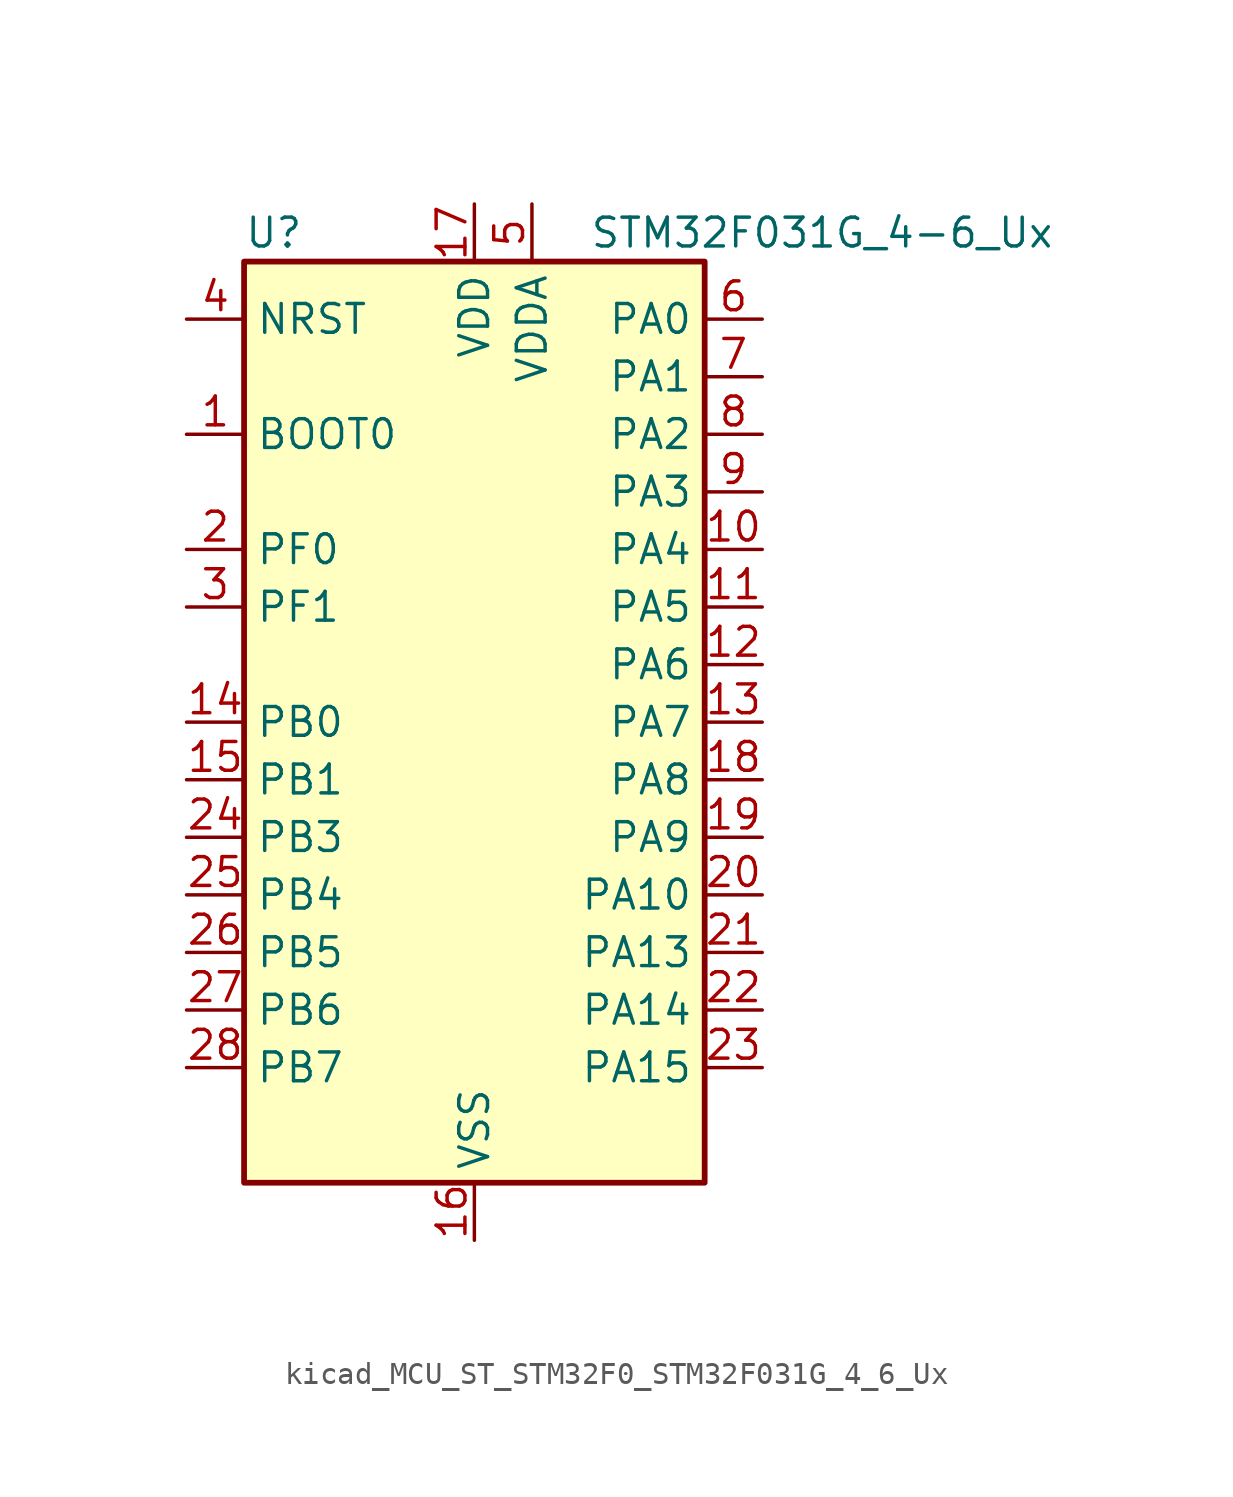
<source format=kicad_sym>
(kicad_symbol_lib
  (version 20220914)
  (generator kicad_symbol_editor)
  (symbol "kicad_MCU_ST_STM32F0_STM32F031G_4_6_Ux"
    (property "Reference" "U"
      (at -10.16 21.59 0)
      (effects (font (size 1.27 1.27)) (justify left)))
    (property "Value" "STM32F031G_4-6_Ux"
      (at 5.08 21.59 0)
      (effects (font (size 1.27 1.27)) (justify left)))
    (property "ki_locked" ""
      (at 0 0 0)
      (effects (font (size 1.27 1.27))))
    (symbol "kicad_MCU_ST_STM32F0_STM32F031G_4_6_Ux_0_1"
      (rectangle (start -10.16 -20.32) (end 10.16 20.32) (stroke (width 0.254) (type default)) (fill (type background))))
    (symbol "kicad_MCU_ST_STM32F0_STM32F031G_4_6_Ux_1_1"
      (pin input line (at -12.7 12.7 0) (length 2.54) (name "BOOT0" (effects (font (size 1.27 1.27)))) (number "1" (effects (font (size 1.27 1.27)))))
      (pin bidirectional line (at 12.7 7.62 180) (length 2.54) (name "PA4" (effects (font (size 1.27 1.27)))) (number "10" (effects (font (size 1.27 1.27)))) (alternate "ADC_IN4" bidirectional line) (alternate "I2S1_WS" bidirectional line) (alternate "SPI1_NSS" bidirectional line) (alternate "TIM14_CH1" bidirectional line) (alternate "USART1_CK" bidirectional line))
      (pin bidirectional line (at 12.7 5.08 180) (length 2.54) (name "PA5" (effects (font (size 1.27 1.27)))) (number "11" (effects (font (size 1.27 1.27)))) (alternate "ADC_IN5" bidirectional line) (alternate "I2S1_CK" bidirectional line) (alternate "SPI1_SCK" bidirectional line) (alternate "TIM2_CH1" bidirectional line) (alternate "TIM2_ETR" bidirectional line))
      (pin bidirectional line (at 12.7 2.54 180) (length 2.54) (name "PA6" (effects (font (size 1.27 1.27)))) (number "12" (effects (font (size 1.27 1.27)))) (alternate "ADC_IN6" bidirectional line) (alternate "I2S1_MCK" bidirectional line) (alternate "SPI1_MISO" bidirectional line) (alternate "TIM16_CH1" bidirectional line) (alternate "TIM1_BKIN" bidirectional line) (alternate "TIM3_CH1" bidirectional line))
      (pin bidirectional line (at 12.7 0 180) (length 2.54) (name "PA7" (effects (font (size 1.27 1.27)))) (number "13" (effects (font (size 1.27 1.27)))) (alternate "ADC_IN7" bidirectional line) (alternate "I2S1_SD" bidirectional line) (alternate "SPI1_MOSI" bidirectional line) (alternate "TIM14_CH1" bidirectional line) (alternate "TIM17_CH1" bidirectional line) (alternate "TIM1_CH1N" bidirectional line) (alternate "TIM3_CH2" bidirectional line))
      (pin bidirectional line (at -12.7 0 0) (length 2.54) (name "PB0" (effects (font (size 1.27 1.27)))) (number "14" (effects (font (size 1.27 1.27)))) (alternate "ADC_IN8" bidirectional line) (alternate "TIM1_CH2N" bidirectional line) (alternate "TIM3_CH3" bidirectional line))
      (pin bidirectional line (at -12.7 -2.54 0) (length 2.54) (name "PB1" (effects (font (size 1.27 1.27)))) (number "15" (effects (font (size 1.27 1.27)))) (alternate "ADC_IN9" bidirectional line) (alternate "TIM14_CH1" bidirectional line) (alternate "TIM1_CH3N" bidirectional line) (alternate "TIM3_CH4" bidirectional line))
      (pin power_in line (at 0 -22.86 90) (length 2.54) (name "VSS" (effects (font (size 1.27 1.27)))) (number "16" (effects (font (size 1.27 1.27)))))
      (pin power_in line (at 0 22.86 270) (length 2.54) (name "VDD" (effects (font (size 1.27 1.27)))) (number "17" (effects (font (size 1.27 1.27)))))
      (pin bidirectional line (at 12.7 -2.54 180) (length 2.54) (name "PA8" (effects (font (size 1.27 1.27)))) (number "18" (effects (font (size 1.27 1.27)))) (alternate "RCC_MCO" bidirectional line) (alternate "TIM1_CH1" bidirectional line) (alternate "USART1_CK" bidirectional line))
      (pin bidirectional line (at 12.7 -5.08 180) (length 2.54) (name "PA9" (effects (font (size 1.27 1.27)))) (number "19" (effects (font (size 1.27 1.27)))) (alternate "I2C1_SCL" bidirectional line) (alternate "TIM1_CH2" bidirectional line) (alternate "USART1_TX" bidirectional line))
      (pin bidirectional line (at -12.7 7.62 0) (length 2.54) (name "PF0" (effects (font (size 1.27 1.27)))) (number "2" (effects (font (size 1.27 1.27)))) (alternate "RCC_OSC_IN" bidirectional line))
      (pin bidirectional line (at 12.7 -7.62 180) (length 2.54) (name "PA10" (effects (font (size 1.27 1.27)))) (number "20" (effects (font (size 1.27 1.27)))) (alternate "I2C1_SDA" bidirectional line) (alternate "TIM17_BKIN" bidirectional line) (alternate "TIM1_CH3" bidirectional line) (alternate "USART1_RX" bidirectional line))
      (pin bidirectional line (at 12.7 -10.16 180) (length 2.54) (name "PA13" (effects (font (size 1.27 1.27)))) (number "21" (effects (font (size 1.27 1.27)))) (alternate "IR_OUT" bidirectional line) (alternate "SYS_SWDIO" bidirectional line))
      (pin bidirectional line (at 12.7 -12.7 180) (length 2.54) (name "PA14" (effects (font (size 1.27 1.27)))) (number "22" (effects (font (size 1.27 1.27)))) (alternate "SYS_SWCLK" bidirectional line) (alternate "USART1_TX" bidirectional line))
      (pin bidirectional line (at 12.7 -15.24 180) (length 2.54) (name "PA15" (effects (font (size 1.27 1.27)))) (number "23" (effects (font (size 1.27 1.27)))) (alternate "I2S1_WS" bidirectional line) (alternate "SPI1_NSS" bidirectional line) (alternate "TIM2_CH1" bidirectional line) (alternate "TIM2_ETR" bidirectional line) (alternate "USART1_RX" bidirectional line))
      (pin bidirectional line (at -12.7 -5.08 0) (length 2.54) (name "PB3" (effects (font (size 1.27 1.27)))) (number "24" (effects (font (size 1.27 1.27)))) (alternate "I2S1_CK" bidirectional line) (alternate "SPI1_SCK" bidirectional line) (alternate "TIM2_CH2" bidirectional line))
      (pin bidirectional line (at -12.7 -7.62 0) (length 2.54) (name "PB4" (effects (font (size 1.27 1.27)))) (number "25" (effects (font (size 1.27 1.27)))) (alternate "I2S1_MCK" bidirectional line) (alternate "SPI1_MISO" bidirectional line) (alternate "TIM3_CH1" bidirectional line))
      (pin bidirectional line (at -12.7 -10.16 0) (length 2.54) (name "PB5" (effects (font (size 1.27 1.27)))) (number "26" (effects (font (size 1.27 1.27)))) (alternate "I2C1_SMBA" bidirectional line) (alternate "I2S1_SD" bidirectional line) (alternate "SPI1_MOSI" bidirectional line) (alternate "TIM16_BKIN" bidirectional line) (alternate "TIM3_CH2" bidirectional line))
      (pin bidirectional line (at -12.7 -12.7 0) (length 2.54) (name "PB6" (effects (font (size 1.27 1.27)))) (number "27" (effects (font (size 1.27 1.27)))) (alternate "I2C1_SCL" bidirectional line) (alternate "TIM16_CH1N" bidirectional line) (alternate "USART1_TX" bidirectional line))
      (pin bidirectional line (at -12.7 -15.24 0) (length 2.54) (name "PB7" (effects (font (size 1.27 1.27)))) (number "28" (effects (font (size 1.27 1.27)))) (alternate "I2C1_SDA" bidirectional line) (alternate "TIM17_CH1N" bidirectional line) (alternate "USART1_RX" bidirectional line))
      (pin bidirectional line (at -12.7 5.08 0) (length 2.54) (name "PF1" (effects (font (size 1.27 1.27)))) (number "3" (effects (font (size 1.27 1.27)))) (alternate "RCC_OSC_OUT" bidirectional line))
      (pin input line (at -12.7 17.78 0) (length 2.54) (name "NRST" (effects (font (size 1.27 1.27)))) (number "4" (effects (font (size 1.27 1.27)))))
      (pin power_in line (at 2.54 22.86 270) (length 2.54) (name "VDDA" (effects (font (size 1.27 1.27)))) (number "5" (effects (font (size 1.27 1.27)))))
      (pin bidirectional line (at 12.7 17.78 180) (length 2.54) (name "PA0" (effects (font (size 1.27 1.27)))) (number "6" (effects (font (size 1.27 1.27)))) (alternate "ADC_IN0" bidirectional line) (alternate "RTC_TAMP2" bidirectional line) (alternate "SYS_WKUP1" bidirectional line) (alternate "TIM2_CH1" bidirectional line) (alternate "TIM2_ETR" bidirectional line) (alternate "USART1_CTS" bidirectional line))
      (pin bidirectional line (at 12.7 15.24 180) (length 2.54) (name "PA1" (effects (font (size 1.27 1.27)))) (number "7" (effects (font (size 1.27 1.27)))) (alternate "ADC_IN1" bidirectional line) (alternate "TIM2_CH2" bidirectional line) (alternate "USART1_DE" bidirectional line) (alternate "USART1_RTS" bidirectional line))
      (pin bidirectional line (at 12.7 12.7 180) (length 2.54) (name "PA2" (effects (font (size 1.27 1.27)))) (number "8" (effects (font (size 1.27 1.27)))) (alternate "ADC_IN2" bidirectional line) (alternate "TIM2_CH3" bidirectional line) (alternate "USART1_TX" bidirectional line))
      (pin bidirectional line (at 12.7 10.16 180) (length 2.54) (name "PA3" (effects (font (size 1.27 1.27)))) (number "9" (effects (font (size 1.27 1.27)))) (alternate "ADC_IN3" bidirectional line) (alternate "TIM2_CH4" bidirectional line) (alternate "USART1_RX" bidirectional line)))))
</source>
